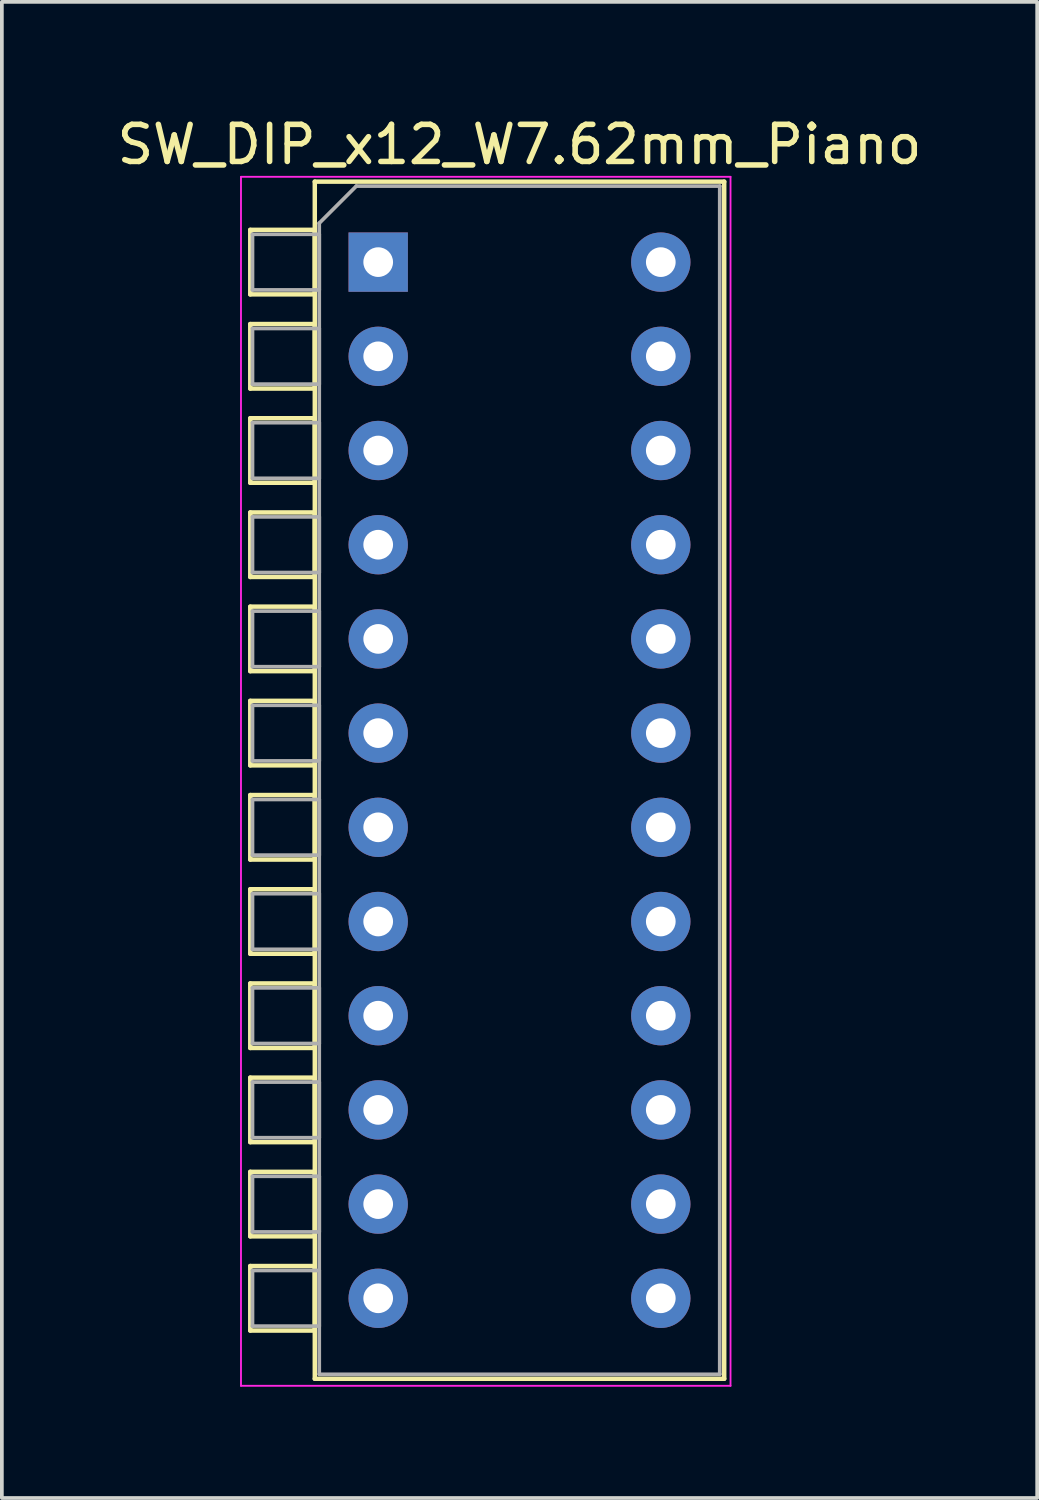
<source format=kicad_pcb>
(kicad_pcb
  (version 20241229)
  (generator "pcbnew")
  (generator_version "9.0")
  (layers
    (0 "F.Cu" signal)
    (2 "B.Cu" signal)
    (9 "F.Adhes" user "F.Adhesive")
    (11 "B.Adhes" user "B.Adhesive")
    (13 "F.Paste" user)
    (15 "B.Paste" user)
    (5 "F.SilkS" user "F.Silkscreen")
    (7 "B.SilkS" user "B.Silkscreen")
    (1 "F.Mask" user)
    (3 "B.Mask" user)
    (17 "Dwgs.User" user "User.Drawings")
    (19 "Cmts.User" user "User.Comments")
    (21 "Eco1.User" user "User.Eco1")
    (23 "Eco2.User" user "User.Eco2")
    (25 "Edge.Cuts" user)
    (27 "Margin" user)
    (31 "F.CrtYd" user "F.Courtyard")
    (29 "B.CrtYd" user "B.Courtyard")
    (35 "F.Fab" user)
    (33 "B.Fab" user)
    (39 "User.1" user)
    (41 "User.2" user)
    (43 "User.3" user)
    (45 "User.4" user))
  (footprint "SW_DIP_x12_W7.62mm_Piano"
    (layer "F.Cu")
    (at 7.148 4.018)
    (property "Reference" "SW_DIP_x12_W7.62mm_Piano" (at 3.81 -3.17 0) (layer "F.SilkS") (effects (font (size 1 1) (thickness 0.15))))
    (attr through_hole)
    (fp_line (start -3.45 -0.87) (end -3.45 0.87) (stroke (width 0.12) (type solid)) (layer "F.SilkS"))
    (fp_line (start -3.45 0.87) (end -1.71 0.87) (stroke (width 0.12) (type solid)) (layer "F.SilkS"))
    (fp_line (start -3.45 1.67) (end -3.45 3.41) (stroke (width 0.12) (type solid)) (layer "F.SilkS"))
    (fp_line (start -3.45 3.41) (end -1.71 3.41) (stroke (width 0.12) (type solid)) (layer "F.SilkS"))
    (fp_line (start -3.45 4.21) (end -3.45 5.95) (stroke (width 0.12) (type solid)) (layer "F.SilkS"))
    (fp_line (start -3.45 5.95) (end -1.71 5.95) (stroke (width 0.12) (type solid)) (layer "F.SilkS"))
    (fp_line (start -3.45 6.75) (end -3.45 8.49) (stroke (width 0.12) (type solid)) (layer "F.SilkS"))
    (fp_line (start -3.45 8.49) (end -1.71 8.49) (stroke (width 0.12) (type solid)) (layer "F.SilkS"))
    (fp_line (start -3.45 9.29) (end -3.45 11.03) (stroke (width 0.12) (type solid)) (layer "F.SilkS"))
    (fp_line (start -3.45 11.03) (end -1.71 11.03) (stroke (width 0.12) (type solid)) (layer "F.SilkS"))
    (fp_line (start -3.45 11.83) (end -3.45 13.57) (stroke (width 0.12) (type solid)) (layer "F.SilkS"))
    (fp_line (start -3.45 13.57) (end -1.71 13.57) (stroke (width 0.12) (type solid)) (layer "F.SilkS"))
    (fp_line (start -3.45 14.37) (end -3.45 16.11) (stroke (width 0.12) (type solid)) (layer "F.SilkS"))
    (fp_line (start -3.45 16.11) (end -1.71 16.11) (stroke (width 0.12) (type solid)) (layer "F.SilkS"))
    (fp_line (start -3.45 16.91) (end -3.45 18.65) (stroke (width 0.12) (type solid)) (layer "F.SilkS"))
    (fp_line (start -3.45 18.65) (end -1.71 18.65) (stroke (width 0.12) (type solid)) (layer "F.SilkS"))
    (fp_line (start -3.45 19.45) (end -3.45 21.19) (stroke (width 0.12) (type solid)) (layer "F.SilkS"))
    (fp_line (start -3.45 21.19) (end -1.71 21.19) (stroke (width 0.12) (type solid)) (layer "F.SilkS"))
    (fp_line (start -3.45 21.99) (end -3.45 23.73) (stroke (width 0.12) (type solid)) (layer "F.SilkS"))
    (fp_line (start -3.45 23.73) (end -1.71 23.73) (stroke (width 0.12) (type solid)) (layer "F.SilkS"))
    (fp_line (start -3.45 24.53) (end -3.45 26.27) (stroke (width 0.12) (type solid)) (layer "F.SilkS"))
    (fp_line (start -3.45 26.27) (end -1.71 26.27) (stroke (width 0.12) (type solid)) (layer "F.SilkS"))
    (fp_line (start -3.45 27.07) (end -3.45 28.81) (stroke (width 0.12) (type solid)) (layer "F.SilkS"))
    (fp_line (start -3.45 28.81) (end -1.71 28.81) (stroke (width 0.12) (type solid)) (layer "F.SilkS"))
    (fp_line (start -1.71 -2.17) (end 9.33 -2.17) (stroke (width 0.12) (type solid)) (layer "F.SilkS"))
    (fp_line (start -1.71 -0.87) (end -3.45 -0.87) (stroke (width 0.12) (type solid)) (layer "F.SilkS"))
    (fp_line (start -1.71 0.87) (end -1.71 -0.87) (stroke (width 0.12) (type solid)) (layer "F.SilkS"))
    (fp_line (start -1.71 1.67) (end -3.45 1.67) (stroke (width 0.12) (type solid)) (layer "F.SilkS"))
    (fp_line (start -1.71 3.41) (end -1.71 1.67) (stroke (width 0.12) (type solid)) (layer "F.SilkS"))
    (fp_line (start -1.71 4.21) (end -3.45 4.21) (stroke (width 0.12) (type solid)) (layer "F.SilkS"))
    (fp_line (start -1.71 5.95) (end -1.71 4.21) (stroke (width 0.12) (type solid)) (layer "F.SilkS"))
    (fp_line (start -1.71 6.75) (end -3.45 6.75) (stroke (width 0.12) (type solid)) (layer "F.SilkS"))
    (fp_line (start -1.71 8.49) (end -1.71 6.75) (stroke (width 0.12) (type solid)) (layer "F.SilkS"))
    (fp_line (start -1.71 9.29) (end -3.45 9.29) (stroke (width 0.12) (type solid)) (layer "F.SilkS"))
    (fp_line (start -1.71 11.03) (end -1.71 9.29) (stroke (width 0.12) (type solid)) (layer "F.SilkS"))
    (fp_line (start -1.71 11.83) (end -3.45 11.83) (stroke (width 0.12) (type solid)) (layer "F.SilkS"))
    (fp_line (start -1.71 13.57) (end -1.71 11.83) (stroke (width 0.12) (type solid)) (layer "F.SilkS"))
    (fp_line (start -1.71 14.37) (end -3.45 14.37) (stroke (width 0.12) (type solid)) (layer "F.SilkS"))
    (fp_line (start -1.71 16.11) (end -1.71 14.37) (stroke (width 0.12) (type solid)) (layer "F.SilkS"))
    (fp_line (start -1.71 16.91) (end -3.45 16.91) (stroke (width 0.12) (type solid)) (layer "F.SilkS"))
    (fp_line (start -1.71 18.65) (end -1.71 16.91) (stroke (width 0.12) (type solid)) (layer "F.SilkS"))
    (fp_line (start -1.71 19.45) (end -3.45 19.45) (stroke (width 0.12) (type solid)) (layer "F.SilkS"))
    (fp_line (start -1.71 21.19) (end -1.71 19.45) (stroke (width 0.12) (type solid)) (layer "F.SilkS"))
    (fp_line (start -1.71 21.99) (end -3.45 21.99) (stroke (width 0.12) (type solid)) (layer "F.SilkS"))
    (fp_line (start -1.71 23.73) (end -1.71 21.99) (stroke (width 0.12) (type solid)) (layer "F.SilkS"))
    (fp_line (start -1.71 24.53) (end -3.45 24.53) (stroke (width 0.12) (type solid)) (layer "F.SilkS"))
    (fp_line (start -1.71 26.27) (end -1.71 24.53) (stroke (width 0.12) (type solid)) (layer "F.SilkS"))
    (fp_line (start -1.71 27.07) (end -3.45 27.07) (stroke (width 0.12) (type solid)) (layer "F.SilkS"))
    (fp_line (start -1.71 28.81) (end -1.71 27.07) (stroke (width 0.12) (type solid)) (layer "F.SilkS"))
    (fp_line (start -1.71 30.11) (end -1.71 -2.17) (stroke (width 0.12) (type solid)) (layer "F.SilkS"))
    (fp_line (start 9.33 -2.17) (end 9.33 30.11) (stroke (width 0.12) (type solid)) (layer "F.SilkS"))
    (fp_line (start 9.33 30.11) (end -1.71 30.11) (stroke (width 0.12) (type solid)) (layer "F.SilkS"))
    (fp_line (start -3.7 -2.3) (end -3.7 30.3) (stroke (width 0.05) (type solid)) (layer "F.CrtYd"))
    (fp_line (start -3.7 30.3) (end 9.5 30.3) (stroke (width 0.05) (type solid)) (layer "F.CrtYd"))
    (fp_line (start 9.5 -2.3) (end -3.7 -2.3) (stroke (width 0.05) (type solid)) (layer "F.CrtYd"))
    (fp_line (start 9.5 30.3) (end 9.5 -2.3) (stroke (width 0.05) (type solid)) (layer "F.CrtYd"))
    (fp_line (start -3.39 -0.75) (end -1.59 -0.75) (stroke (width 0.1) (type solid)) (layer "F.Fab"))
    (fp_line (start -3.39 0.75) (end -3.39 -0.75) (stroke (width 0.1) (type solid)) (layer "F.Fab"))
    (fp_line (start -3.39 1.79) (end -1.59 1.79) (stroke (width 0.1) (type solid)) (layer "F.Fab"))
    (fp_line (start -3.39 3.29) (end -3.39 1.79) (stroke (width 0.1) (type solid)) (layer "F.Fab"))
    (fp_line (start -3.39 4.33) (end -1.59 4.33) (stroke (width 0.1) (type solid)) (layer "F.Fab"))
    (fp_line (start -3.39 5.83) (end -3.39 4.33) (stroke (width 0.1) (type solid)) (layer "F.Fab"))
    (fp_line (start -3.39 6.87) (end -1.59 6.87) (stroke (width 0.1) (type solid)) (layer "F.Fab"))
    (fp_line (start -3.39 8.37) (end -3.39 6.87) (stroke (width 0.1) (type solid)) (layer "F.Fab"))
    (fp_line (start -3.39 9.41) (end -1.59 9.41) (stroke (width 0.1) (type solid)) (layer "F.Fab"))
    (fp_line (start -3.39 10.91) (end -3.39 9.41) (stroke (width 0.1) (type solid)) (layer "F.Fab"))
    (fp_line (start -3.39 11.95) (end -1.59 11.95) (stroke (width 0.1) (type solid)) (layer "F.Fab"))
    (fp_line (start -3.39 13.45) (end -3.39 11.95) (stroke (width 0.1) (type solid)) (layer "F.Fab"))
    (fp_line (start -3.39 14.49) (end -1.59 14.49) (stroke (width 0.1) (type solid)) (layer "F.Fab"))
    (fp_line (start -3.39 15.99) (end -3.39 14.49) (stroke (width 0.1) (type solid)) (layer "F.Fab"))
    (fp_line (start -3.39 17.03) (end -1.59 17.03) (stroke (width 0.1) (type solid)) (layer "F.Fab"))
    (fp_line (start -3.39 18.53) (end -3.39 17.03) (stroke (width 0.1) (type solid)) (layer "F.Fab"))
    (fp_line (start -3.39 19.57) (end -1.59 19.57) (stroke (width 0.1) (type solid)) (layer "F.Fab"))
    (fp_line (start -3.39 21.07) (end -3.39 19.57) (stroke (width 0.1) (type solid)) (layer "F.Fab"))
    (fp_line (start -3.39 22.11) (end -1.59 22.11) (stroke (width 0.1) (type solid)) (layer "F.Fab"))
    (fp_line (start -3.39 23.61) (end -3.39 22.11) (stroke (width 0.1) (type solid)) (layer "F.Fab"))
    (fp_line (start -3.39 24.65) (end -1.59 24.65) (stroke (width 0.1) (type solid)) (layer "F.Fab"))
    (fp_line (start -3.39 26.15) (end -3.39 24.65) (stroke (width 0.1) (type solid)) (layer "F.Fab"))
    (fp_line (start -3.39 27.19) (end -1.59 27.19) (stroke (width 0.1) (type solid)) (layer "F.Fab"))
    (fp_line (start -3.39 28.69) (end -3.39 27.19) (stroke (width 0.1) (type solid)) (layer "F.Fab"))
    (fp_line (start -1.59 -1.05) (end -0.59 -2.05) (stroke (width 0.1) (type solid)) (layer "F.Fab"))
    (fp_line (start -1.59 -0.75) (end -1.59 0.75) (stroke (width 0.1) (type solid)) (layer "F.Fab"))
    (fp_line (start -1.59 0.75) (end -3.39 0.75) (stroke (width 0.1) (type solid)) (layer "F.Fab"))
    (fp_line (start -1.59 1.79) (end -1.59 3.29) (stroke (width 0.1) (type solid)) (layer "F.Fab"))
    (fp_line (start -1.59 3.29) (end -3.39 3.29) (stroke (width 0.1) (type solid)) (layer "F.Fab"))
    (fp_line (start -1.59 4.33) (end -1.59 5.83) (stroke (width 0.1) (type solid)) (layer "F.Fab"))
    (fp_line (start -1.59 5.83) (end -3.39 5.83) (stroke (width 0.1) (type solid)) (layer "F.Fab"))
    (fp_line (start -1.59 6.87) (end -1.59 8.37) (stroke (width 0.1) (type solid)) (layer "F.Fab"))
    (fp_line (start -1.59 8.37) (end -3.39 8.37) (stroke (width 0.1) (type solid)) (layer "F.Fab"))
    (fp_line (start -1.59 9.41) (end -1.59 10.91) (stroke (width 0.1) (type solid)) (layer "F.Fab"))
    (fp_line (start -1.59 10.91) (end -3.39 10.91) (stroke (width 0.1) (type solid)) (layer "F.Fab"))
    (fp_line (start -1.59 11.95) (end -1.59 13.45) (stroke (width 0.1) (type solid)) (layer "F.Fab"))
    (fp_line (start -1.59 13.45) (end -3.39 13.45) (stroke (width 0.1) (type solid)) (layer "F.Fab"))
    (fp_line (start -1.59 14.49) (end -1.59 15.99) (stroke (width 0.1) (type solid)) (layer "F.Fab"))
    (fp_line (start -1.59 15.99) (end -3.39 15.99) (stroke (width 0.1) (type solid)) (layer "F.Fab"))
    (fp_line (start -1.59 17.03) (end -1.59 18.53) (stroke (width 0.1) (type solid)) (layer "F.Fab"))
    (fp_line (start -1.59 18.53) (end -3.39 18.53) (stroke (width 0.1) (type solid)) (layer "F.Fab"))
    (fp_line (start -1.59 19.57) (end -1.59 21.07) (stroke (width 0.1) (type solid)) (layer "F.Fab"))
    (fp_line (start -1.59 21.07) (end -3.39 21.07) (stroke (width 0.1) (type solid)) (layer "F.Fab"))
    (fp_line (start -1.59 22.11) (end -1.59 23.61) (stroke (width 0.1) (type solid)) (layer "F.Fab"))
    (fp_line (start -1.59 23.61) (end -3.39 23.61) (stroke (width 0.1) (type solid)) (layer "F.Fab"))
    (fp_line (start -1.59 24.65) (end -1.59 26.15) (stroke (width 0.1) (type solid)) (layer "F.Fab"))
    (fp_line (start -1.59 26.15) (end -3.39 26.15) (stroke (width 0.1) (type solid)) (layer "F.Fab"))
    (fp_line (start -1.59 27.19) (end -1.59 28.69) (stroke (width 0.1) (type solid)) (layer "F.Fab"))
    (fp_line (start -1.59 28.69) (end -3.39 28.69) (stroke (width 0.1) (type solid)) (layer "F.Fab"))
    (fp_line (start -1.59 29.99) (end -1.59 -1.05) (stroke (width 0.1) (type solid)) (layer "F.Fab"))
    (fp_line (start -0.59 -2.05) (end 9.21 -2.05) (stroke (width 0.1) (type solid)) (layer "F.Fab"))
    (fp_line (start 9.21 -2.05) (end 9.21 29.99) (stroke (width 0.1) (type solid)) (layer "F.Fab"))
    (fp_line (start 9.21 29.99) (end -1.59 29.99) (stroke (width 0.1) (type solid)) (layer "F.Fab"))
    (pad "1" thru_hole rect (at 0 0) (size 1.6 1.6) (drill 0.8) (layers "*.Cu" "*.Mask"))
    (pad "2" thru_hole oval (at 0 2.54) (size 1.6 1.6) (drill 0.8) (layers "*.Cu" "*.Mask"))
    (pad "3" thru_hole oval (at 0 5.08) (size 1.6 1.6) (drill 0.8) (layers "*.Cu" "*.Mask"))
    (pad "4" thru_hole oval (at 0 7.62) (size 1.6 1.6) (drill 0.8) (layers "*.Cu" "*.Mask"))
    (pad "5" thru_hole oval (at 0 10.16) (size 1.6 1.6) (drill 0.8) (layers "*.Cu" "*.Mask"))
    (pad "6" thru_hole oval (at 0 12.7) (size 1.6 1.6) (drill 0.8) (layers "*.Cu" "*.Mask"))
    (pad "7" thru_hole oval (at 0 15.24) (size 1.6 1.6) (drill 0.8) (layers "*.Cu" "*.Mask"))
    (pad "8" thru_hole oval (at 0 17.78) (size 1.6 1.6) (drill 0.8) (layers "*.Cu" "*.Mask"))
    (pad "9" thru_hole oval (at 0 20.32) (size 1.6 1.6) (drill 0.8) (layers "*.Cu" "*.Mask"))
    (pad "10" thru_hole oval (at 0 22.86) (size 1.6 1.6) (drill 0.8) (layers "*.Cu" "*.Mask"))
    (pad "11" thru_hole oval (at 0 25.4) (size 1.6 1.6) (drill 0.8) (layers "*.Cu" "*.Mask"))
    (pad "12" thru_hole oval (at 0 27.94) (size 1.6 1.6) (drill 0.8) (layers "*.Cu" "*.Mask"))
    (pad "13" thru_hole oval (at 7.62 27.94) (size 1.6 1.6) (drill 0.8) (layers "*.Cu" "*.Mask"))
    (pad "14" thru_hole oval (at 7.62 25.4) (size 1.6 1.6) (drill 0.8) (layers "*.Cu" "*.Mask"))
    (pad "15" thru_hole oval (at 7.62 22.86) (size 1.6 1.6) (drill 0.8) (layers "*.Cu" "*.Mask"))
    (pad "16" thru_hole oval (at 7.62 20.32) (size 1.6 1.6) (drill 0.8) (layers "*.Cu" "*.Mask"))
    (pad "17" thru_hole oval (at 7.62 17.78) (size 1.6 1.6) (drill 0.8) (layers "*.Cu" "*.Mask"))
    (pad "18" thru_hole oval (at 7.62 15.24) (size 1.6 1.6) (drill 0.8) (layers "*.Cu" "*.Mask"))
    (pad "19" thru_hole oval (at 7.62 12.7) (size 1.6 1.6) (drill 0.8) (layers "*.Cu" "*.Mask"))
    (pad "20" thru_hole oval (at 7.62 10.16) (size 1.6 1.6) (drill 0.8) (layers "*.Cu" "*.Mask"))
    (pad "21" thru_hole oval (at 7.62 7.62) (size 1.6 1.6) (drill 0.8) (layers "*.Cu" "*.Mask"))
    (pad "22" thru_hole oval (at 7.62 5.08) (size 1.6 1.6) (drill 0.8) (layers "*.Cu" "*.Mask"))
    (pad "23" thru_hole oval (at 7.62 2.54) (size 1.6 1.6) (drill 0.8) (layers "*.Cu" "*.Mask"))
    (pad "24" thru_hole oval (at 7.62 0) (size 1.6 1.6) (drill 0.8) (layers "*.Cu" "*.Mask")))
  (gr_rect
    (start -3 -3)
    (end 24.917 37.343)
    (stroke (width 0.1) (type default))
    (fill no)
    (layer "Edge.Cuts")))
</source>
